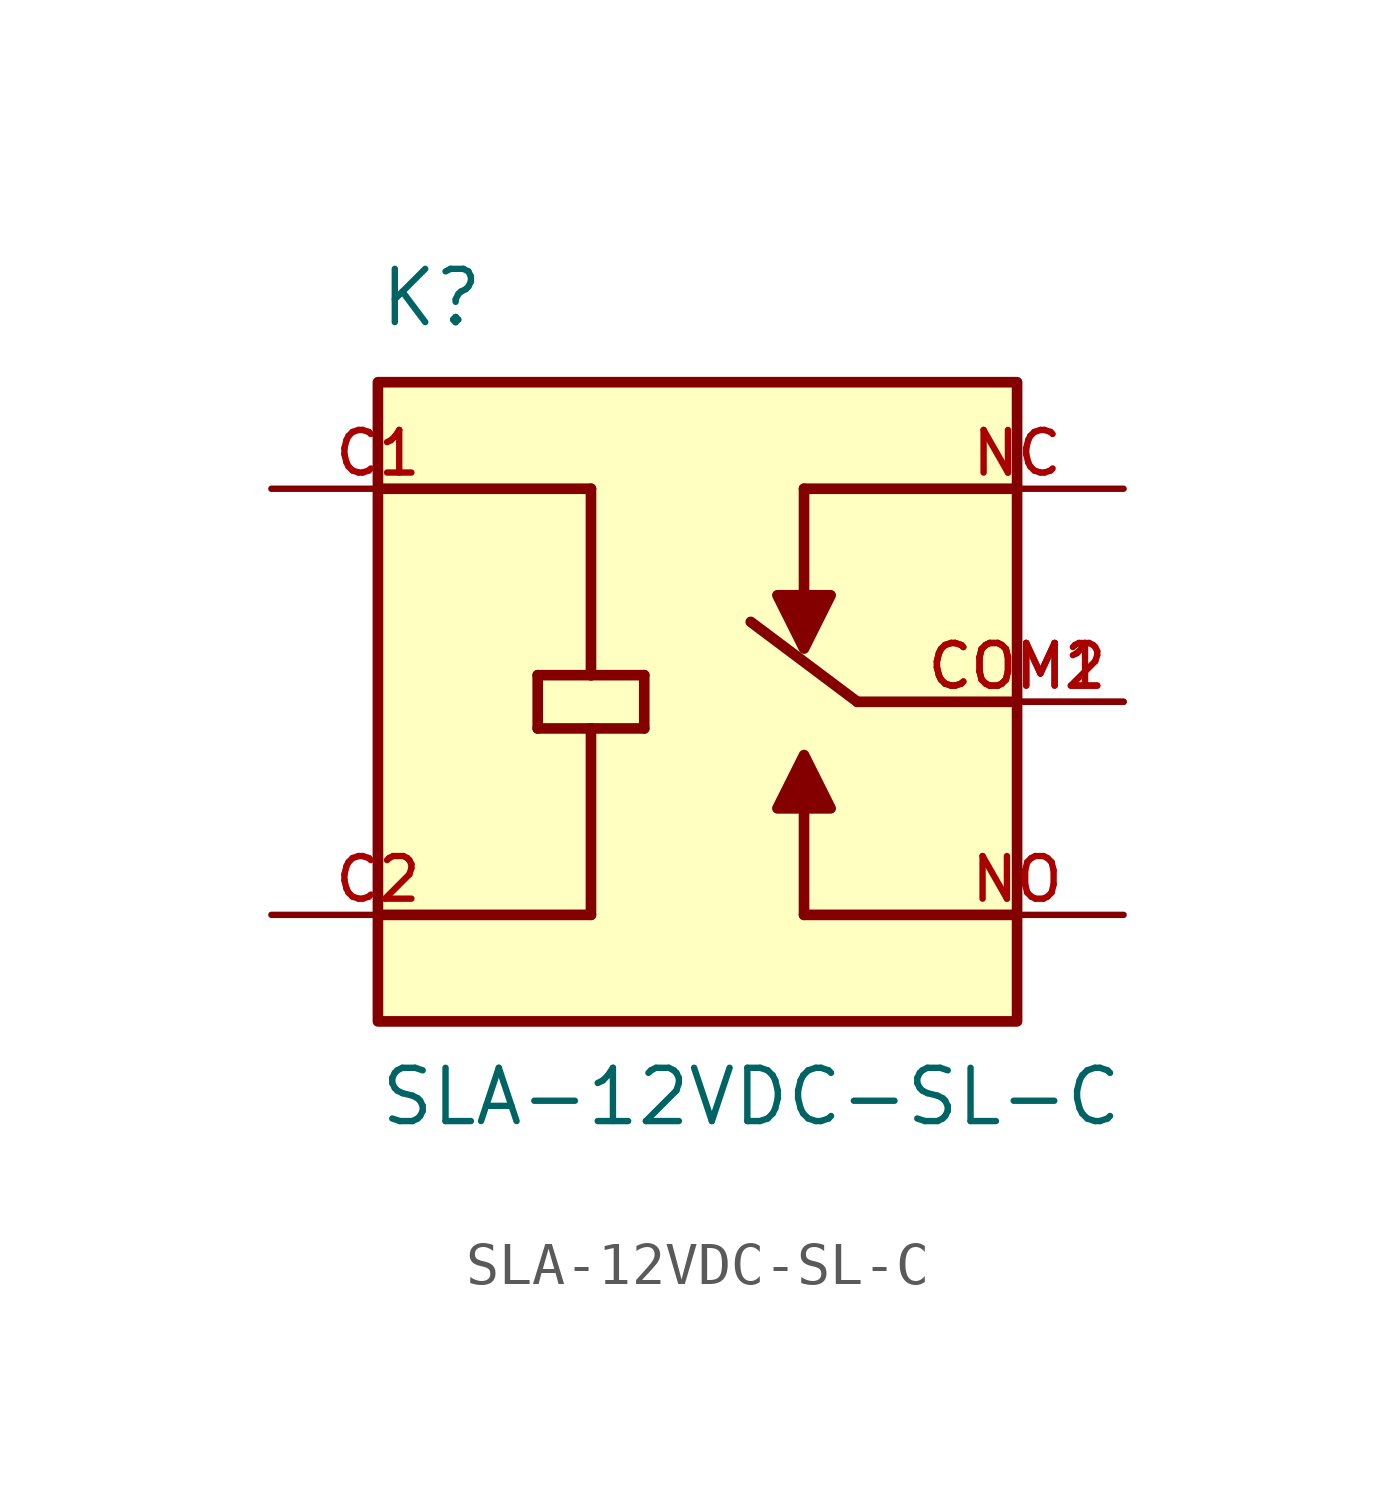
<source format=kicad_sym>
(kicad_symbol_lib
  (version 20211014)
  (generator kicad_symbol_editor)
  (symbol "SLA-12VDC-SL-C"
    (pin_names
      (offset 1.016))
    (property "Reference" "K"
      (at -7.62 8.89 0)
      (effects (font (size 1.27 1.27)) (justify bottom left)))
    (property "Value" "SLA-12VDC-SL-C"
      (at -7.62 -10.16 0)
      (effects (font (size 1.27 1.27)) (justify bottom left)))
    (symbol "SLA-12VDC-SL-C_0_0"
      (polyline (pts (xy 7.62 0.0) (xy 3.81 0.0)) (stroke (width 0.254)))
      (polyline (pts (xy 7.62 -5.08) (xy 2.54 -5.08)) (stroke (width 0.254)))
      (polyline (pts (xy 2.54 -5.08) (xy 2.54 -2.54)) (stroke (width 0.254)))
      (polyline (pts (xy 1.905 -2.54) (xy 3.175 -2.54) (xy 2.54 -1.27) (xy 1.905 -2.54)) (stroke (width 0.254)) (fill (type outline)))
      (polyline (pts (xy -7.62 5.08) (xy -2.54 5.08)) (stroke (width 0.254)))
      (polyline (pts (xy -3.81 0.635) (xy -2.54 0.635)) (stroke (width 0.254)))
      (polyline (pts (xy -2.54 0.635) (xy -1.27 0.635)) (stroke (width 0.254)))
      (polyline (pts (xy -1.27 0.635) (xy -1.27 -0.635)) (stroke (width 0.254)))
      (polyline (pts (xy -1.27 -0.635) (xy -2.54 -0.635)) (stroke (width 0.254)))
      (polyline (pts (xy -2.54 -0.635) (xy -3.81 -0.635)) (stroke (width 0.254)))
      (polyline (pts (xy -3.81 -0.635) (xy -3.81 0.635)) (stroke (width 0.254)))
      (polyline (pts (xy -7.62 -5.08) (xy -2.54 -5.08)) (stroke (width 0.254)))
      (polyline (pts (xy -2.54 5.08) (xy -2.54 0.635)) (stroke (width 0.254)))
      (polyline (pts (xy -2.54 -0.635) (xy -2.54 -5.08)) (stroke (width 0.254)))
      (polyline (pts (xy 2.54 5.08) (xy 2.54 2.54)) (stroke (width 0.254)))
      (polyline (pts (xy 3.175 2.54) (xy 1.905 2.54) (xy 2.54 1.27) (xy 3.175 2.54)) (stroke (width 0.254)) (fill (type outline)))
      (polyline (pts (xy 2.54 5.08) (xy 7.62 5.08)) (stroke (width 0.254)))
      (polyline (pts (xy 3.81 0.0) (xy 1.27 1.905)) (stroke (width 0.254)))
      (rectangle (start -7.62 -7.62) (end 7.62 7.62) (stroke (width 0.254)) (fill (type background)))
      (pin passive line (at 10.16 0.0 180.0) (length 5.08) (name "~" (effects (font (size 1.016 1.016)))) (number "COM1" (effects (font (size 1.016 1.016)))))
      (pin passive line (at 10.16 0.0 180.0) (length 5.08) (name "~" (effects (font (size 1.016 1.016)))) (number "COM2" (effects (font (size 1.016 1.016)))))
      (pin passive line (at 10.16 -5.08 180.0) (length 5.08) (name "~" (effects (font (size 1.016 1.016)))) (number "NO" (effects (font (size 1.016 1.016)))))
      (pin passive line (at -10.16 5.08 0) (length 5.08) (name "~" (effects (font (size 1.016 1.016)))) (number "C1" (effects (font (size 1.016 1.016)))))
      (pin passive line (at -10.16 -5.08 0) (length 5.08) (name "~" (effects (font (size 1.016 1.016)))) (number "C2" (effects (font (size 1.016 1.016)))))
      (pin passive line (at 10.16 5.08 180.0) (length 5.08) (name "~" (effects (font (size 1.016 1.016)))) (number "NC" (effects (font (size 1.016 1.016))))))))
</source>
